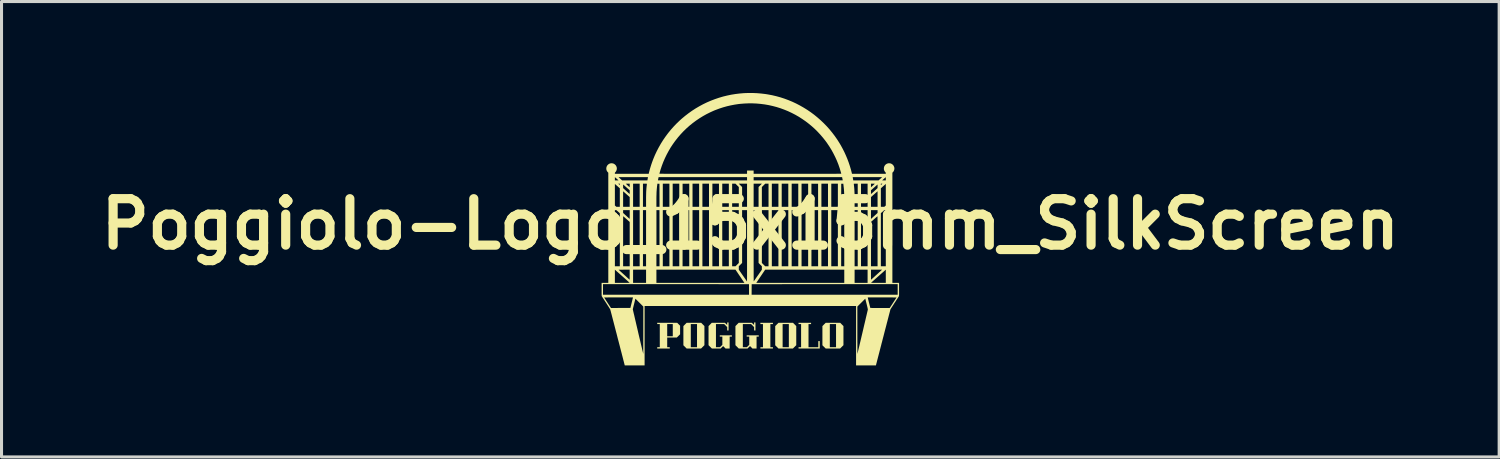
<source format=kicad_pcb>
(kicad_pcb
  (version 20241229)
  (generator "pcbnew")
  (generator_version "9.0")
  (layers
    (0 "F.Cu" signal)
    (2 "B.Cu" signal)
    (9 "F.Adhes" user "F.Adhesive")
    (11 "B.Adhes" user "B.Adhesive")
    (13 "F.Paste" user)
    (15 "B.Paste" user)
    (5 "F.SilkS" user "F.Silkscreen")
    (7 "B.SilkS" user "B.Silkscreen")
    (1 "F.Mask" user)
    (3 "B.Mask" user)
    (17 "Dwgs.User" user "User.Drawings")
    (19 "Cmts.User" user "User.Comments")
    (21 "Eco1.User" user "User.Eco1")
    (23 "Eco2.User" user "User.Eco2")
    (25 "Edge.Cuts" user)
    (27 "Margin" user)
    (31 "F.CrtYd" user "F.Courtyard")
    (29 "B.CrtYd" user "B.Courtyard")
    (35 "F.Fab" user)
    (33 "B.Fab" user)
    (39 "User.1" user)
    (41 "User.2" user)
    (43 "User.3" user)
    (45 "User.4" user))
  (footprint "Poggiolo-Logo_15x15mm_SilkScreen"
    (layer "F.Cu")
    (at 21.561 4.301)
    (property "Reference" "Poggiolo-Logo_15x15mm_SilkScreen" (at 0 0 0) (layer "F.SilkS") (effects (font (size 1.524 1.524) (thickness 0.3))))
    (attr board_only exclude_from_pos_files exclude_from_bom)
    (fp_poly (pts (xy 0.741 3.279) (xy 0.657 3.279) (xy 0.657 4.038) (xy 0.741 4.038) (xy 0.741 4.08) (xy 0.33 4.08) (xy 0.33 4.038) (xy 0.414 4.038) (xy 0.414 3.279) (xy 0.33 3.279) (xy 0.33 3.237) (xy 0.741 3.237)) (stroke (width 0) (type solid)) (fill yes) (layer "F.SilkS"))
    (fp_poly (pts (xy 1.992 3.279) (xy 1.908 3.279) (xy 1.908 4.038) (xy 2.229 4.038) (xy 2.229 3.837) (xy 2.277 3.837) (xy 2.277 4.08) (xy 1.581 4.08) (xy 1.581 4.038) (xy 1.665 4.038) (xy 1.665 3.279) (xy 1.581 3.279) (xy 1.581 3.237) (xy 1.992 3.237)) (stroke (width 0) (type solid)) (fill yes) (layer "F.SilkS"))
    (fp_poly (pts (xy -1.559 3.291) (xy -1.506 3.344) (xy -1.506 3.971) (xy -1.561 4.026) (xy -1.616 4.08) (xy -2.09 4.08) (xy -2.132 4.038) (xy -1.953 4.038) (xy -1.749 4.038) (xy -1.749 3.279) (xy -1.953 3.279) (xy -1.953 4.038) (xy -2.132 4.038) (xy -2.143 4.027) (xy -2.196 3.974) (xy -2.196 3.344) (xy -2.143 3.291) (xy -2.09 3.237) (xy -1.613 3.237)) (stroke (width 0) (type solid)) (fill yes) (layer "F.SilkS"))
    (fp_poly (pts (xy 1.453 3.291) (xy 1.506 3.344) (xy 1.506 3.971) (xy 1.451 4.026) (xy 1.397 4.08) (xy 0.923 4.08) (xy 0.881 4.038) (xy 1.059 4.038) (xy 1.263 4.038) (xy 1.263 3.279) (xy 1.059 3.279) (xy 1.059 4.038) (xy 0.881 4.038) (xy 0.869 4.027) (xy 0.816 3.974) (xy 0.816 3.344) (xy 0.869 3.291) (xy 0.923 3.237) (xy 1.4 3.237)) (stroke (width 0) (type solid)) (fill yes) (layer "F.SilkS"))
    (fp_poly (pts (xy 3.001 3.291) (xy 3.054 3.344) (xy 3.054 3.971) (xy 2.999 4.026) (xy 2.945 4.08) (xy 2.471 4.08) (xy 2.429 4.038) (xy 2.607 4.038) (xy 2.811 4.038) (xy 2.811 3.279) (xy 2.607 3.279) (xy 2.607 4.038) (xy 2.429 4.038) (xy 2.417 4.027) (xy 2.364 3.974) (xy 2.364 3.344) (xy 2.417 3.291) (xy 2.471 3.237) (xy 2.948 3.237)) (stroke (width 0) (type solid)) (fill yes) (layer "F.SilkS"))
    (fp_poly (pts (xy -2.351 3.285) (xy -2.304 3.332) (xy -2.304 3.614) (xy -2.357 3.667) (xy -2.411 3.72) (xy -2.727 3.72) (xy -2.727 4.038) (xy -2.643 4.038) (xy -2.643 4.08) (xy -3.054 4.08) (xy -3.054 4.038) (xy -2.97 4.038) (xy -2.97 3.678) (xy -2.727 3.678) (xy -2.544 3.678) (xy -2.544 3.279) (xy -2.727 3.279) (xy -2.727 3.678) (xy -2.97 3.678) (xy -2.97 3.279) (xy -3.054 3.279) (xy -3.054 3.237) (xy -2.399 3.237)) (stroke (width 0) (type solid)) (fill yes) (layer "F.SilkS"))
    (fp_poly (pts (xy -0.714 3.489) (xy -0.759 3.489) (xy -0.759 3.377) (xy -0.857 3.279) (xy -1.128 3.279) (xy -1.128 4.038) (xy -0.997 4.038) (xy -0.958 3.999) (xy -0.918 3.959) (xy -0.918 3.69) (xy -1.002 3.69) (xy -1.002 3.648) (xy -0.606 3.648) (xy -0.606 3.69) (xy -0.678 3.69) (xy -0.678 4.08) (xy -0.814 4.08) (xy -0.851 4.041) (xy -0.863 4.029) (xy -0.874 4.018) (xy -0.883 4.009) (xy -0.889 4.004) (xy -0.892 4.002) (xy -0.895 4.004) (xy -0.902 4.01) (xy -0.911 4.019) (xy -0.923 4.029) (xy -0.935 4.041) (xy -0.973 4.08) (xy -1.262 4.08) (xy -1.316 4.026) (xy -1.371 3.971) (xy -1.371 3.344) (xy -1.318 3.291) (xy -1.265 3.237) (xy -0.832 3.237) (xy -0.798 3.272) (xy -0.786 3.283) (xy -0.776 3.293) (xy -0.768 3.301) (xy -0.763 3.305) (xy -0.761 3.306) (xy -0.761 3.303) (xy -0.76 3.296) (xy -0.759 3.284) (xy -0.759 3.27) (xy -0.759 3.266) (xy -0.759 3.225) (xy -0.714 3.225)) (stroke (width 0) (type solid)) (fill yes) (layer "F.SilkS"))
    (fp_poly (pts (xy 0.168 3.489) (xy 0.123 3.489) (xy 0.123 3.377) (xy 0.025 3.279) (xy -0.246 3.279) (xy -0.246 4.038) (xy -0.115 4.038) (xy -0.076 3.999) (xy -0.036 3.959) (xy -0.036 3.69) (xy -0.12 3.69) (xy -0.12 3.648) (xy 0.276 3.648) (xy 0.276 3.69) (xy 0.204 3.69) (xy 0.204 4.08) (xy 0.068 4.08) (xy 0.031 4.041) (xy 0.019 4.029) (xy 0.008 4.018) (xy -0.001 4.009) (xy -0.007 4.004) (xy -0.01 4.002) (xy -0.013 4.004) (xy -0.02 4.01) (xy -0.029 4.019) (xy -0.04 4.029) (xy -0.053 4.041) (xy -0.091 4.08) (xy -0.38 4.08) (xy -0.434 4.026) (xy -0.489 3.971) (xy -0.489 3.344) (xy -0.436 3.291) (xy -0.383 3.237) (xy 0.05 3.237) (xy 0.084 3.272) (xy 0.096 3.283) (xy 0.106 3.293) (xy 0.114 3.301) (xy 0.119 3.305) (xy 0.121 3.306) (xy 0.122 3.303) (xy 0.122 3.296) (xy 0.123 3.284) (xy 0.123 3.27) (xy 0.123 3.266) (xy 0.123 3.225) (xy 0.168 3.225)) (stroke (width 0) (type solid)) (fill yes) (layer "F.SilkS"))
    (fp_poly (pts (xy 0.073 -4.301) (xy 0.215 -4.295) (xy 0.357 -4.283) (xy 0.499 -4.266) (xy 0.574 -4.254) (xy 0.713 -4.228) (xy 0.849 -4.196) (xy 0.984 -4.159) (xy 1.117 -4.116) (xy 1.248 -4.067) (xy 1.377 -4.014) (xy 1.503 -3.955) (xy 1.626 -3.891) (xy 1.747 -3.822) (xy 1.865 -3.749) (xy 1.98 -3.671) (xy 2.092 -3.588) (xy 2.2 -3.5) (xy 2.305 -3.408) (xy 2.406 -3.312) (xy 2.504 -3.212) (xy 2.597 -3.108) (xy 2.686 -2.999) (xy 2.771 -2.887) (xy 2.852 -2.771) (xy 2.927 -2.652) (xy 2.968 -2.583) (xy 3.026 -2.477) (xy 3.082 -2.367) (xy 3.133 -2.255) (xy 3.181 -2.141) (xy 3.224 -2.026) (xy 3.263 -1.91) (xy 3.297 -1.796) (xy 3.326 -1.684) (xy 3.334 -1.65) (xy 4.443 -1.65) (xy 4.443 -1.668) (xy 4.443 -1.677) (xy 4.442 -1.684) (xy 4.44 -1.69) (xy 4.435 -1.696) (xy 4.426 -1.705) (xy 4.425 -1.706) (xy 4.41 -1.726) (xy 4.397 -1.748) (xy 4.387 -1.771) (xy 4.383 -1.784) (xy 4.382 -1.794) (xy 4.38 -1.807) (xy 4.38 -1.822) (xy 4.38 -1.826) (xy 4.383 -1.857) (xy 4.391 -1.886) (xy 4.404 -1.913) (xy 4.422 -1.938) (xy 4.444 -1.959) (xy 4.47 -1.976) (xy 4.498 -1.988) (xy 4.512 -1.992) (xy 4.533 -1.996) (xy 4.557 -1.996) (xy 4.58 -1.994) (xy 4.601 -1.99) (xy 4.601 -1.99) (xy 4.63 -1.978) (xy 4.656 -1.961) (xy 4.679 -1.941) (xy 4.697 -1.917) (xy 4.711 -1.89) (xy 4.721 -1.861) (xy 4.725 -1.831) (xy 4.724 -1.811) (xy 4.719 -1.779) (xy 4.708 -1.75) (xy 4.693 -1.723) (xy 4.673 -1.7) (xy 4.659 -1.687) (xy 4.659 1.926) (xy 4.878 1.926) (xy 4.878 2.141) (xy 4.878 2.183) (xy 4.878 2.218) (xy 4.878 2.249) (xy 4.878 2.275) (xy 4.878 2.296) (xy 4.878 2.314) (xy 4.878 2.328) (xy 4.877 2.339) (xy 4.877 2.347) (xy 4.876 2.354) (xy 4.875 2.358) (xy 4.875 2.362) (xy 4.874 2.364) (xy 4.873 2.366) (xy 4.87 2.37) (xy 4.865 2.378) (xy 4.857 2.391) (xy 4.846 2.407) (xy 4.833 2.427) (xy 4.818 2.451) (xy 4.801 2.476) (xy 4.783 2.504) (xy 4.764 2.534) (xy 4.743 2.566) (xy 4.733 2.581) (xy 4.712 2.613) (xy 4.693 2.644) (xy 4.674 2.673) (xy 4.657 2.7) (xy 4.641 2.724) (xy 4.627 2.745) (xy 4.616 2.763) (xy 4.607 2.777) (xy 4.6 2.788) (xy 4.597 2.793) (xy 4.596 2.794) (xy 4.595 2.798) (xy 4.593 2.806) (xy 4.589 2.82) (xy 4.584 2.839) (xy 4.578 2.863) (xy 4.571 2.891) (xy 4.562 2.924) (xy 4.553 2.96) (xy 4.542 3) (xy 4.531 3.043) (xy 4.519 3.09) (xy 4.506 3.139) (xy 4.493 3.191) (xy 4.478 3.246) (xy 4.464 3.302) (xy 4.449 3.36) (xy 4.433 3.42) (xy 4.417 3.481) (xy 4.401 3.543) (xy 4.385 3.606) (xy 4.369 3.669) (xy 4.352 3.732) (xy 4.336 3.795) (xy 4.32 3.858) (xy 4.303 3.92) (xy 4.288 3.982) (xy 4.272 4.042) (xy 4.257 4.101) (xy 4.242 4.158) (xy 4.228 4.213) (xy 4.214 4.266) (xy 4.201 4.317) (xy 4.188 4.365) (xy 4.177 4.409) (xy 4.166 4.451) (xy 4.156 4.489) (xy 4.148 4.523) (xy 4.14 4.553) (xy 4.133 4.578) (xy 4.128 4.599) (xy 4.124 4.615) (xy 4.121 4.626) (xy 4.121 4.628) (xy 4.119 4.635) (xy 3.468 4.635) (xy 3.468 3.482) (xy 3.51 3.482) (xy 3.51 3.549) (xy 3.51 3.616) (xy 3.51 3.68) (xy 3.51 3.742) (xy 3.51 3.802) (xy 3.51 3.86) (xy 3.511 3.914) (xy 3.511 3.966) (xy 3.511 4.014) (xy 3.511 4.058) (xy 3.511 4.099) (xy 3.511 4.136) (xy 3.511 4.168) (xy 3.511 4.196) (xy 3.511 4.218) (xy 3.511 4.236) (xy 3.511 4.249) (xy 3.512 4.256) (xy 3.512 4.257) (xy 3.512 4.254) (xy 3.515 4.245) (xy 3.518 4.231) (xy 3.523 4.212) (xy 3.528 4.189) (xy 3.535 4.16) (xy 3.543 4.127) (xy 3.552 4.09) (xy 3.561 4.05) (xy 3.572 4.005) (xy 3.583 3.958) (xy 3.595 3.907) (xy 3.608 3.853) (xy 3.621 3.797) (xy 3.635 3.738) (xy 3.649 3.678) (xy 3.664 3.615) (xy 3.679 3.551) (xy 3.683 3.534) (xy 3.698 3.47) (xy 3.713 3.406) (xy 3.727 3.345) (xy 3.741 3.285) (xy 3.755 3.228) (xy 3.768 3.173) (xy 3.78 3.121) (xy 3.791 3.072) (xy 3.802 3.026) (xy 3.812 2.984) (xy 3.821 2.946) (xy 3.829 2.911) (xy 3.836 2.881) (xy 3.842 2.855) (xy 3.847 2.834) (xy 3.851 2.818) (xy 3.853 2.807) (xy 3.854 2.802) (xy 3.854 2.802) (xy 3.854 2.797) (xy 3.853 2.79) (xy 3.851 2.779) (xy 3.848 2.765) (xy 3.844 2.746) (xy 3.839 2.723) (xy 3.832 2.695) (xy 3.824 2.662) (xy 3.815 2.624) (xy 3.813 2.618) (xy 3.77 2.445) (xy 3.51 2.705) (xy 3.51 3.482) (xy 3.468 3.482) (xy 3.468 2.685) (xy -3.468 2.685) (xy -3.468 4.635) (xy -3.794 4.635) (xy -3.837 4.635) (xy -3.879 4.635) (xy -3.919 4.635) (xy -3.957 4.635) (xy -3.991 4.635) (xy -4.022 4.635) (xy -4.05 4.635) (xy -4.073 4.635) (xy -4.092 4.634) (xy -4.107 4.634) (xy -4.116 4.634) (xy -4.119 4.634) (xy -4.119 4.634) (xy -4.12 4.631) (xy -4.122 4.622) (xy -4.126 4.608) (xy -4.131 4.589) (xy -4.137 4.566) (xy -4.144 4.538) (xy -4.152 4.505) (xy -4.162 4.469) (xy -4.172 4.429) (xy -4.183 4.386) (xy -4.195 4.339) (xy -4.208 4.29) (xy -4.221 4.238) (xy -4.235 4.184) (xy -4.25 4.128) (xy -4.265 4.07) (xy -4.28 4.01) (xy -4.296 3.949) (xy -4.312 3.887) (xy -4.328 3.825) (xy -4.345 3.762) (xy -4.361 3.699) (xy -4.377 3.636) (xy -4.393 3.573) (xy -4.41 3.511) (xy -4.425 3.45) (xy -4.441 3.39) (xy -4.456 3.331) (xy -4.471 3.274) (xy -4.485 3.219) (xy -4.499 3.166) (xy -4.512 3.116) (xy -4.524 3.069) (xy -4.536 3.024) (xy -4.546 2.983) (xy -4.556 2.946) (xy -4.565 2.912) (xy -4.573 2.882) (xy -4.579 2.857) (xy -4.585 2.837) (xy -4.589 2.821) (xy -4.591 2.811) (xy -4.593 2.806) (xy -4.593 2.805) (xy -4.595 2.8) (xy -4.599 2.793) (xy -3.855 2.793) (xy -3.855 2.797) (xy -3.853 2.806) (xy -3.849 2.82) (xy -3.845 2.839) (xy -3.84 2.863) (xy -3.833 2.891) (xy -3.826 2.923) (xy -3.817 2.958) (xy -3.808 2.997) (xy -3.798 3.04) (xy -3.788 3.085) (xy -3.777 3.132) (xy -3.765 3.182) (xy -3.753 3.233) (xy -3.741 3.286) (xy -3.728 3.341) (xy -3.715 3.396) (xy -3.702 3.452) (xy -3.689 3.508) (xy -3.676 3.565) (xy -3.663 3.621) (xy -3.65 3.676) (xy -3.637 3.731) (xy -3.624 3.784) (xy -3.612 3.836) (xy -3.6 3.887) (xy -3.589 3.935) (xy -3.578 3.98) (xy -3.568 4.023) (xy -3.558 4.063) (xy -3.55 4.1) (xy -3.542 4.133) (xy -3.535 4.162) (xy -3.529 4.187) (xy -3.524 4.207) (xy -3.523 4.212) (xy -3.512 4.259) (xy -3.511 3.482) (xy -3.51 2.705) (xy -3.64 2.575) (xy -3.77 2.445) (xy -3.812 2.615) (xy -3.82 2.647) (xy -3.828 2.676) (xy -3.834 2.704) (xy -3.84 2.728) (xy -3.845 2.75) (xy -3.85 2.768) (xy -3.853 2.781) (xy -3.855 2.79) (xy -3.855 2.793) (xy -4.599 2.793) (xy -4.601 2.79) (xy -4.609 2.776) (xy -4.62 2.758) (xy -4.634 2.736) (xy -4.651 2.709) (xy -4.671 2.678) (xy -4.694 2.642) (xy -4.72 2.601) (xy -4.735 2.578) (xy -4.756 2.546) (xy -4.776 2.515) (xy -4.795 2.486) (xy -4.812 2.459) (xy -4.828 2.435) (xy -4.842 2.413) (xy -4.848 2.405) (xy -4.796 2.405) (xy -4.684 2.578) (xy -4.571 2.751) (xy -4.253 2.75) (xy -3.935 2.75) (xy -3.892 2.578) (xy -3.884 2.546) (xy -3.877 2.517) (xy -3.87 2.49) (xy -3.865 2.466) (xy -3.859 2.445) (xy -3.855 2.428) (xy -3.852 2.415) (xy -3.851 2.407) (xy -3.85 2.404) (xy 3.85 2.404) (xy 3.851 2.407) (xy 3.853 2.415) (xy 3.856 2.428) (xy 3.86 2.445) (xy 3.864 2.465) (xy 3.87 2.488) (xy 3.876 2.512) (xy 3.882 2.539) (xy 3.889 2.566) (xy 3.896 2.593) (xy 3.903 2.62) (xy 3.909 2.646) (xy 3.915 2.671) (xy 3.921 2.693) (xy 3.926 2.712) (xy 3.93 2.728) (xy 3.933 2.739) (xy 3.934 2.746) (xy 3.935 2.747) (xy 3.936 2.748) (xy 3.94 2.749) (xy 3.946 2.749) (xy 3.956 2.75) (xy 3.968 2.75) (xy 3.985 2.75) (xy 4.005 2.751) (xy 4.029 2.751) (xy 4.058 2.751) (xy 4.091 2.751) (xy 4.129 2.751) (xy 4.173 2.751) (xy 4.222 2.751) (xy 4.254 2.751) (xy 4.571 2.751) (xy 4.796 2.405) (xy 4.324 2.404) (xy 4.271 2.404) (xy 4.22 2.404) (xy 4.171 2.404) (xy 4.124 2.404) (xy 4.08 2.404) (xy 4.038 2.404) (xy 4 2.404) (xy 3.966 2.404) (xy 3.935 2.404) (xy 3.908 2.404) (xy 3.887 2.404) (xy 3.87 2.404) (xy 3.858 2.404) (xy 3.851 2.404) (xy 3.85 2.404) (xy -3.85 2.404) (xy -3.85 2.404) (xy -3.853 2.404) (xy -3.862 2.404) (xy -3.876 2.404) (xy -3.895 2.404) (xy -3.919 2.404) (xy -3.947 2.404) (xy -3.98 2.404) (xy -4.016 2.404) (xy -4.055 2.404) (xy -4.098 2.404) (xy -4.143 2.404) (xy -4.191 2.404) (xy -4.241 2.404) (xy -4.293 2.404) (xy -4.324 2.404) (xy -4.796 2.405) (xy -4.848 2.405) (xy -4.854 2.395) (xy -4.863 2.38) (xy -4.87 2.369) (xy -4.874 2.363) (xy -4.875 2.362) (xy -4.876 2.358) (xy -4.876 2.349) (xy -4.877 2.336) (xy -4.877 2.317) (xy -4.878 2.293) (xy -4.878 2.263) (xy -4.878 2.228) (xy -4.878 2.188) (xy -4.878 2.141) (xy -4.878 1.968) (xy -4.833 1.968) (xy -4.833 2.316) (xy -0.042 2.316) (xy 0.042 2.316) (xy 4.833 2.316) (xy 4.833 1.968) (xy 2.438 1.969) (xy 0.044 1.97) (xy 0.043 2.143) (xy 0.042 2.316) (xy -0.042 2.316) (xy -0.043 2.143) (xy -0.044 1.97) (xy -2.438 1.969) (xy -4.833 1.968) (xy -4.878 1.968) (xy -4.878 1.926) (xy -4.659 1.926) (xy -4.659 1.493) (xy -4.443 1.493) (xy -4.443 1.926) (xy -4.2 1.926) (xy -3.846 1.926) (xy -3.42 1.926) (xy -3.081 1.926) (xy -0.195 1.926) (xy 0.195 1.926) (xy 3.081 1.926) (xy 3.42 1.926) (xy 3.846 1.926) (xy 3.846 1.923) (xy 3.96 1.923) (xy 3.962 1.923) (xy 3.966 1.924) (xy 3.972 1.925) (xy 3.982 1.925) (xy 3.994 1.925) (xy 4.01 1.926) (xy 4.03 1.926) (xy 4.055 1.926) (xy 4.084 1.926) (xy 4.118 1.926) (xy 4.157 1.926) (xy 4.2 1.926) (xy 4.443 1.926) (xy 4.443 1.493) (xy 4.435 1.501) (xy 4.432 1.504) (xy 4.424 1.51) (xy 4.413 1.52) (xy 4.398 1.534) (xy 4.38 1.55) (xy 4.359 1.569) (xy 4.335 1.59) (xy 4.309 1.613) (xy 4.281 1.638) (xy 4.251 1.664) (xy 4.22 1.692) (xy 4.196 1.713) (xy 4.164 1.741) (xy 4.133 1.769) (xy 4.104 1.794) (xy 4.077 1.819) (xy 4.052 1.841) (xy 4.029 1.861) (xy 4.009 1.879) (xy 3.992 1.894) (xy 3.978 1.906) (xy 3.968 1.915) (xy 3.962 1.921) (xy 3.96 1.922) (xy 3.96 1.923) (xy 3.846 1.923) (xy 3.846 1.659) (xy 3.957 1.659) (xy 3.957 1.696) (xy 3.957 1.727) (xy 3.958 1.752) (xy 3.958 1.773) (xy 3.958 1.79) (xy 3.958 1.802) (xy 3.959 1.811) (xy 3.959 1.818) (xy 3.96 1.821) (xy 3.961 1.822) (xy 3.961 1.822) (xy 3.964 1.82) (xy 3.971 1.814) (xy 3.982 1.804) (xy 3.996 1.791) (xy 4.013 1.776) (xy 4.033 1.758) (xy 4.055 1.738) (xy 4.079 1.716) (xy 4.105 1.692) (xy 4.132 1.668) (xy 4.143 1.658) (xy 4.17 1.633) (xy 4.197 1.609) (xy 4.221 1.586) (xy 4.244 1.566) (xy 4.265 1.547) (xy 4.282 1.531) (xy 4.297 1.517) (xy 4.308 1.507) (xy 4.316 1.499) (xy 4.32 1.496) (xy 4.32 1.495) (xy 4.317 1.495) (xy 4.309 1.495) (xy 4.296 1.495) (xy 4.278 1.495) (xy 4.256 1.494) (xy 4.231 1.494) (xy 4.203 1.494) (xy 4.172 1.494) (xy 4.14 1.494) (xy 3.957 1.494) (xy 3.957 1.659) (xy 3.846 1.659) (xy 3.846 1.494) (xy 3.42 1.494) (xy 3.42 1.926) (xy 3.081 1.926) (xy 3.081 1.494) (xy 0.487 1.494) (xy 0.363 1.678) (xy 0.342 1.709) (xy 0.322 1.739) (xy 0.302 1.768) (xy 0.284 1.795) (xy 0.267 1.82) (xy 0.252 1.842) (xy 0.239 1.861) (xy 0.228 1.877) (xy 0.221 1.888) (xy 0.217 1.894) (xy 0.195 1.926) (xy -0.195 1.926) (xy -0.217 1.894) (xy -0.222 1.886) (xy -0.231 1.874) (xy -0.242 1.857) (xy -0.255 1.837) (xy -0.271 1.815) (xy -0.288 1.789) (xy -0.306 1.762) (xy -0.326 1.732) (xy -0.346 1.702) (xy -0.363 1.678) (xy -0.486 1.495) (xy -0.378 1.495) (xy -0.244 1.688) (xy -0.223 1.718) (xy -0.203 1.747) (xy -0.184 1.774) (xy -0.166 1.799) (xy -0.151 1.821) (xy -0.137 1.841) (xy -0.126 1.857) (xy -0.118 1.869) (xy -0.112 1.877) (xy -0.109 1.881) (xy -0.109 1.881) (xy -0.109 1.878) (xy -0.109 1.869) (xy -0.109 1.855) (xy -0.109 1.835) (xy -0.109 1.81) (xy -0.108 1.78) (xy -0.108 1.746) (xy -0.108 1.706) (xy -0.108 1.663) (xy -0.108 1.615) (xy -0.108 1.563) (xy -0.108 1.508) (xy -0.108 1.449) (xy -0.108 1.386) (xy -0.108 1.321) (xy -0.108 1.252) (xy -0.108 1.181) (xy -0.108 1.107) (xy -0.108 1.031) (xy -0.108 0.952) (xy -0.108 0.872) (xy -0.108 0.79) (xy -0.108 0.712) (xy 0.108 0.712) (xy 0.108 0.796) (xy 0.108 0.878) (xy 0.108 0.959) (xy 0.108 1.038) (xy 0.108 1.114) (xy 0.108 1.188) (xy 0.108 1.26) (xy 0.108 1.328) (xy 0.108 1.393) (xy 0.109 1.456) (xy 0.109 1.514) (xy 0.109 1.57) (xy 0.109 1.621) (xy 0.109 1.668) (xy 0.109 1.711) (xy 0.109 1.75) (xy 0.11 1.784) (xy 0.11 1.813) (xy 0.11 1.837) (xy 0.11 1.856) (xy 0.11 1.87) (xy 0.11 1.877) (xy 0.111 1.879) (xy 0.113 1.877) (xy 0.118 1.869) (xy 0.126 1.858) (xy 0.137 1.842) (xy 0.15 1.824) (xy 0.165 1.802) (xy 0.182 1.777) (xy 0.2 1.751) (xy 0.22 1.722) (xy 0.241 1.692) (xy 0.246 1.686) (xy 0.378 1.495) (xy 0.378 1.382) (xy 0.324 1.328) (xy 0.27 1.274) (xy 0.27 1.274) (xy 0.378 1.274) (xy 0.487 1.383) (xy 0.597 1.383) (xy 0.705 1.383) (xy 0.921 1.383) (xy 1.029 1.383) (xy 1.245 1.383) (xy 1.356 1.383) (xy 1.572 1.383) (xy 1.68 1.383) (xy 1.896 1.383) (xy 2.004 1.383) (xy 2.223 1.383) (xy 2.331 1.383) (xy 2.547 1.383) (xy 2.655 1.383) (xy 2.871 1.383) (xy 2.979 1.383) (xy 3.081 1.383) (xy 3.42 1.383) (xy 3.522 1.383) (xy 3.63 1.383) (xy 3.846 1.383) (xy 3.957 1.383) (xy 4.173 1.383) (xy 4.281 1.383) (xy 4.443 1.383) (xy 4.443 -0.459) (xy 4.394 -0.459) (xy 4.281 -0.359) (xy 4.281 1.383) (xy 4.173 1.383) (xy 4.173 0.561) (xy 4.173 0.476) (xy 4.173 0.397) (xy 4.173 0.324) (xy 4.173 0.256) (xy 4.173 0.193) (xy 4.173 0.135) (xy 4.173 0.083) (xy 4.173 0.034) (xy 4.173 -0.009) (xy 4.173 -0.049) (xy 4.173 -0.084) (xy 4.173 -0.115) (xy 4.172 -0.143) (xy 4.172 -0.167) (xy 4.172 -0.188) (xy 4.172 -0.206) (xy 4.172 -0.221) (xy 4.171 -0.233) (xy 4.171 -0.242) (xy 4.171 -0.25) (xy 4.17 -0.255) (xy 4.17 -0.258) (xy 4.17 -0.259) (xy 4.169 -0.259) (xy 4.166 -0.256) (xy 4.159 -0.25) (xy 4.149 -0.241) (xy 4.135 -0.229) (xy 4.119 -0.215) (xy 4.1 -0.199) (xy 4.08 -0.181) (xy 4.061 -0.164) (xy 3.957 -0.071) (xy 3.957 1.383) (xy 3.846 1.383) (xy 3.846 -0.17) (xy 3.957 -0.17) (xy 3.967 -0.179) (xy 3.971 -0.183) (xy 3.979 -0.19) (xy 3.991 -0.201) (xy 4.006 -0.214) (xy 4.023 -0.23) (xy 4.041 -0.247) (xy 4.062 -0.265) (xy 4.075 -0.277) (xy 4.173 -0.366) (xy 4.173 -0.459) (xy 3.957 -0.459) (xy 3.957 -0.17) (xy 3.846 -0.17) (xy 3.846 -0.459) (xy 3.63 -0.459) (xy 3.63 1.383) (xy 3.522 1.383) (xy 3.522 -0.459) (xy 3.42 -0.459) (xy 3.42 1.383) (xy 3.081 1.383) (xy 3.08 0.463) (xy 3.08 -0.458) (xy 2.981 -0.458) (xy 2.98 0.463) (xy 2.979 1.383) (xy 2.871 1.383) (xy 2.871 -0.459) (xy 2.655 -0.459) (xy 2.655 1.383) (xy 2.547 1.383) (xy 2.547 -0.459) (xy 2.331 -0.459) (xy 2.331 1.383) (xy 2.223 1.383) (xy 2.222 0.463) (xy 2.222 -0.458) (xy 2.006 -0.458) (xy 2.005 0.463) (xy 2.004 1.383) (xy 1.896 1.383) (xy 1.896 -0.459) (xy 1.68 -0.459) (xy 1.68 1.383) (xy 1.572 1.383) (xy 1.572 -0.459) (xy 1.356 -0.459) (xy 1.356 1.383) (xy 1.245 1.383) (xy 1.245 -0.459) (xy 1.029 -0.459) (xy 1.029 1.383) (xy 0.921 1.383) (xy 0.921 -0.459) (xy 0.705 -0.459) (xy 0.705 1.383) (xy 0.597 1.383) (xy 0.596 0.463) (xy 0.596 -0.458) (xy 0.38 -0.458) (xy 0.379 0.408) (xy 0.378 1.274) (xy 0.27 1.274) (xy 0.27 -0.459) (xy 0.108 -0.459) (xy 0.108 0.712) (xy -0.108 0.712) (xy -0.108 0.711) (xy -0.108 -0.459) (xy -0.27 -0.459) (xy -0.27 1.274) (xy -0.324 1.328) (xy -0.378 1.382) (xy -0.378 1.495) (xy -0.486 1.495) (xy -0.487 1.494) (xy -3.081 1.494) (xy -3.081 1.926) (xy -3.42 1.926) (xy -3.42 1.494) (xy -3.846 1.494) (xy -3.846 1.926) (xy -4.2 1.926) (xy -4.155 1.926) (xy -4.116 1.926) (xy -4.082 1.926) (xy -4.054 1.926) (xy -4.03 1.926) (xy -4.01 1.926) (xy -3.994 1.925) (xy -3.981 1.925) (xy -3.972 1.925) (xy -3.966 1.924) (xy -3.962 1.923) (xy -3.96 1.923) (xy -3.96 1.922) (xy -3.963 1.92) (xy -3.97 1.913) (xy -3.981 1.904) (xy -3.996 1.891) (xy -4.013 1.875) (xy -4.034 1.857) (xy -4.057 1.836) (xy -4.083 1.813) (xy -4.111 1.788) (xy -4.14 1.762) (xy -4.171 1.735) (xy -4.196 1.713) (xy -4.228 1.685) (xy -4.259 1.657) (xy -4.288 1.631) (xy -4.316 1.607) (xy -4.341 1.584) (xy -4.364 1.564) (xy -4.385 1.546) (xy -4.402 1.53) (xy -4.416 1.518) (xy -4.427 1.508) (xy -4.433 1.502) (xy -4.435 1.501) (xy -4.441 1.496) (xy -4.321 1.496) (xy -3.959 1.825) (xy -3.958 1.661) (xy -3.958 1.63) (xy -3.958 1.601) (xy -3.958 1.574) (xy -3.958 1.551) (xy -3.958 1.53) (xy -3.958 1.514) (xy -3.958 1.503) (xy -3.958 1.496) (xy -3.958 1.495) (xy -3.961 1.495) (xy -3.97 1.495) (xy -3.984 1.495) (xy -4.002 1.495) (xy -4.023 1.495) (xy -4.049 1.495) (xy -4.077 1.495) (xy -4.107 1.495) (xy -4.14 1.495) (xy -4.14 1.495) (xy -4.321 1.496) (xy -4.441 1.496) (xy -4.443 1.493) (xy -4.659 1.493) (xy -4.659 1.383) (xy -4.443 1.383) (xy -4.281 1.383) (xy -4.173 1.383) (xy -3.957 1.383) (xy -3.846 1.383) (xy -3.63 1.383) (xy -3.522 1.383) (xy -3.42 1.383) (xy -3.081 1.383) (xy -2.979 1.383) (xy -2.871 1.383) (xy -2.655 1.383) (xy -2.547 1.383) (xy -2.331 1.383) (xy -2.223 1.383) (xy -2.004 1.383) (xy -1.896 1.383) (xy -1.68 1.383) (xy -1.572 1.383) (xy -1.356 1.383) (xy -1.245 1.383) (xy -1.029 1.383) (xy -0.921 1.383) (xy -0.705 1.383) (xy -0.597 1.383) (xy -0.487 1.383) (xy -0.378 1.274) (xy -0.379 0.408) (xy -0.38 -0.458) (xy -0.596 -0.458) (xy -0.596 0.463) (xy -0.597 1.383) (xy -0.705 1.383) (xy -0.705 -0.459) (xy -0.921 -0.459) (xy -0.921 1.383) (xy -1.029 1.383) (xy -1.029 -0.459) (xy -1.245 -0.459) (xy -1.245 1.383) (xy -1.356 1.383) (xy -1.356 -0.459) (xy -1.572 -0.459) (xy -1.572 1.383) (xy -1.68 1.383) (xy -1.68 -0.459) (xy -1.896 -0.459) (xy -1.896 1.383) (xy -2.004 1.383) (xy -2.005 0.463) (xy -2.006 -0.458) (xy -2.222 -0.458) (xy -2.222 0.463) (xy -2.223 1.383) (xy -2.331 1.383) (xy -2.331 -0.459) (xy -2.547 -0.459) (xy -2.547 1.383) (xy -2.655 1.383) (xy -2.655 -0.459) (xy -2.871 -0.459) (xy -2.871 1.383) (xy -2.979 1.383) (xy -2.98 0.463) (xy -2.981 -0.458) (xy -3.08 -0.458) (xy -3.08 0.463) (xy -3.081 1.383) (xy -3.42 1.383) (xy -3.42 -0.459) (xy -3.522 -0.459) (xy -3.522 1.383) (xy -3.63 1.383) (xy -3.63 -0.459) (xy -3.846 -0.459) (xy -3.846 1.383) (xy -3.957 1.383) (xy -3.957 -0.071) (xy -4.061 -0.164) (xy -4.083 -0.183) (xy -4.103 -0.201) (xy -4.121 -0.217) (xy -4.137 -0.231) (xy -4.15 -0.242) (xy -4.16 -0.251) (xy -4.167 -0.257) (xy -4.169 -0.259) (xy -4.17 -0.258) (xy -4.17 -0.256) (xy -4.17 -0.252) (xy -4.171 -0.246) (xy -4.171 -0.237) (xy -4.171 -0.226) (xy -4.172 -0.213) (xy -4.172 -0.196) (xy -4.172 -0.177) (xy -4.172 -0.154) (xy -4.172 -0.128) (xy -4.173 -0.098) (xy -4.173 -0.064) (xy -4.173 -0.027) (xy -4.173 0.015) (xy -4.173 0.061) (xy -4.173 0.112) (xy -4.173 0.168) (xy -4.173 0.228) (xy -4.173 0.294) (xy -4.173 0.365) (xy -4.173 0.441) (xy -4.173 0.523) (xy -4.173 0.561) (xy -4.173 1.383) (xy -4.281 1.383) (xy -4.281 -0.359) (xy -4.289 -0.366) (xy -4.173 -0.366) (xy -4.066 -0.269) (xy -4.045 -0.249) (xy -4.025 -0.231) (xy -4.007 -0.215) (xy -3.991 -0.2) (xy -3.977 -0.188) (xy -3.967 -0.179) (xy -3.961 -0.173) (xy -3.958 -0.171) (xy -3.958 -0.171) (xy -3.958 -0.174) (xy -3.958 -0.182) (xy -3.958 -0.195) (xy -3.958 -0.213) (xy -3.957 -0.234) (xy -3.957 -0.258) (xy -3.957 -0.285) (xy -3.957 -0.314) (xy -3.957 -0.459) (xy -4.173 -0.459) (xy -4.173 -0.366) (xy -4.289 -0.366) (xy -4.394 -0.459) (xy -4.443 -0.459) (xy -4.443 1.383) (xy -4.659 1.383) (xy -4.659 -1.318) (xy -4.443 -1.318) (xy -4.443 -0.611) (xy -4.418 -0.589) (xy -4.394 -0.567) (xy -4.281 -0.567) (xy -4.281 -0.871) (xy -4.281 -1.078) (xy -4.173 -1.078) (xy -4.173 -0.567) (xy -3.957 -0.567) (xy -3.846 -0.567) (xy -3.63 -0.567) (xy -3.522 -0.567) (xy -3.42 -0.567) (xy -3.081 -0.567) (xy -2.979 -0.567) (xy -2.871 -0.567) (xy -2.655 -0.567) (xy -2.547 -0.567) (xy -2.331 -0.567) (xy -2.223 -0.567) (xy -2.004 -0.567) (xy -1.896 -0.567) (xy -1.68 -0.567) (xy -1.572 -0.567) (xy -1.356 -0.567) (xy -1.245 -0.567) (xy -1.029 -0.567) (xy -0.921 -0.567) (xy -0.705 -0.567) (xy -0.597 -0.567) (xy -0.378 -0.567) (xy -0.378 -1.217) (xy -0.433 -1.271) (xy -0.487 -1.326) (xy -0.379 -1.326) (xy -0.27 -1.217) (xy -0.27 -0.567) (xy -0.108 -0.567) (xy 0.108 -0.567) (xy 0.27 -0.567) (xy 0.378 -0.567) (xy 0.597 -0.567) (xy 0.705 -0.567) (xy 0.921 -0.567) (xy 1.029 -0.567) (xy 1.245 -0.567) (xy 1.356 -0.567) (xy 1.572 -0.567) (xy 1.68 -0.567) (xy 1.896 -0.567) (xy 1.896 -1.326) (xy 1.68 -1.326) (xy 1.68 -0.567) (xy 1.572 -0.567) (xy 1.572 -1.326) (xy 1.356 -1.326) (xy 1.356 -0.567) (xy 1.245 -0.567) (xy 1.245 -1.326) (xy 1.029 -1.326) (xy 1.029 -0.567) (xy 0.921 -0.567) (xy 0.921 -1.326) (xy 0.705 -1.326) (xy 0.705 -0.567) (xy 0.597 -0.567) (xy 0.597 -1.326) (xy 0.488 -1.326) (xy 0.433 -1.271) (xy 0.378 -1.217) (xy 0.378 -0.567) (xy 0.27 -0.567) (xy 0.27 -1.217) (xy 0.379 -1.326) (xy 0.108 -1.326) (xy 0.108 -0.567) (xy -0.108 -0.567) (xy -0.108 -1.326) (xy -0.379 -1.326) (xy -0.487 -1.326) (xy -0.597 -1.326) (xy -0.597 -0.567) (xy -0.705 -0.567) (xy -0.705 -1.326) (xy -0.921 -1.326) (xy -0.921 -0.567) (xy -1.029 -0.567) (xy -1.029 -1.326) (xy -1.245 -1.326) (xy -1.245 -0.567) (xy -1.356 -0.567) (xy -1.356 -1.326) (xy -1.572 -1.326) (xy -1.572 -0.567) (xy -1.68 -0.567) (xy -1.68 -1.326) (xy -1.896 -1.326) (xy -1.896 -0.567) (xy -2.004 -0.567) (xy -2.004 -1.326) (xy 2.004 -1.326) (xy 2.004 -0.567) (xy 2.223 -0.567) (xy 2.331 -0.567) (xy 2.547 -0.567) (xy 2.655 -0.567) (xy 2.871 -0.567) (xy 2.979 -0.567) (xy 3.081 -0.567) (xy 3.081 -0.734) (xy 3.081 -0.806) (xy 3.08 -0.871) (xy 3.079 -0.931) (xy 3.078 -0.985) (xy 3.076 -1.034) (xy 3.074 -1.076) (xy 3.072 -1.106) (xy 3.07 -1.136) (xy 3.067 -1.168) (xy 3.064 -1.2) (xy 3.06 -1.231) (xy 3.057 -1.259) (xy 3.054 -1.285) (xy 3.051 -1.306) (xy 3.05 -1.316) (xy 3.049 -1.321) (xy 3.393 -1.321) (xy 3.394 -1.316) (xy 3.395 -1.307) (xy 3.396 -1.294) (xy 3.398 -1.278) (xy 3.399 -1.265) (xy 3.403 -1.228) (xy 3.407 -1.193) (xy 3.41 -1.158) (xy 3.412 -1.122) (xy 3.414 -1.086) (xy 3.416 -1.048) (xy 3.418 -1.007) (xy 3.419 -0.964) (xy 3.419 -0.917) (xy 3.42 -0.866) (xy 3.42 -0.81) (xy 3.42 -0.766) (xy 3.42 -0.567) (xy 3.522 -0.567) (xy 3.63 -0.567) (xy 3.846 -0.567) (xy 3.957 -0.567) (xy 4.173 -0.567) (xy 4.281 -0.567) (xy 4.394 -0.567) (xy 4.418 -0.589) (xy 4.443 -0.611) (xy 4.443 -1.318) (xy 4.433 -1.309) (xy 4.428 -1.305) (xy 4.42 -1.297) (xy 4.408 -1.287) (xy 4.394 -1.274) (xy 4.378 -1.26) (xy 4.36 -1.245) (xy 4.352 -1.238) (xy 4.281 -1.175) (xy 4.281 -0.871) (xy 4.281 -0.567) (xy 4.173 -0.567) (xy 4.173 -1.078) (xy 4.163 -1.069) (xy 4.159 -1.065) (xy 4.151 -1.058) (xy 4.139 -1.048) (xy 4.124 -1.035) (xy 4.107 -1.02) (xy 4.088 -1.003) (xy 4.068 -0.985) (xy 4.055 -0.974) (xy 3.957 -0.887) (xy 3.957 -0.727) (xy 3.957 -0.567) (xy 3.846 -0.567) (xy 3.846 -0.986) (xy 3.957 -0.986) (xy 3.966 -0.993) (xy 3.97 -0.997) (xy 3.978 -1.004) (xy 3.99 -1.014) (xy 4.004 -1.027) (xy 4.021 -1.042) (xy 4.04 -1.059) (xy 4.06 -1.077) (xy 4.074 -1.091) (xy 4.173 -1.181) (xy 4.173 -1.24) (xy 4.173 -1.258) (xy 4.173 -1.274) (xy 4.173 -1.281) (xy 4.281 -1.281) (xy 4.296 -1.293) (xy 4.305 -1.301) (xy 4.315 -1.31) (xy 4.32 -1.315) (xy 4.331 -1.326) (xy 4.281 -1.326) (xy 4.281 -1.281) (xy 4.173 -1.281) (xy 4.173 -1.287) (xy 4.172 -1.295) (xy 4.172 -1.299) (xy 4.172 -1.299) (xy 4.169 -1.297) (xy 4.163 -1.292) (xy 4.153 -1.283) (xy 4.139 -1.271) (xy 4.123 -1.257) (xy 4.105 -1.241) (xy 4.085 -1.223) (xy 4.064 -1.204) (xy 3.957 -1.11) (xy 3.957 -0.986) (xy 3.846 -0.986) (xy 3.846 -1.208) (xy 3.957 -1.208) (xy 3.967 -1.217) (xy 3.972 -1.222) (xy 3.981 -1.23) (xy 3.992 -1.24) (xy 4.006 -1.253) (xy 4.021 -1.266) (xy 4.029 -1.274) (xy 4.044 -1.287) (xy 4.057 -1.299) (xy 4.069 -1.31) (xy 4.077 -1.318) (xy 4.082 -1.322) (xy 4.083 -1.324) (xy 4.08 -1.324) (xy 4.073 -1.325) (xy 4.061 -1.326) (xy 4.045 -1.326) (xy 4.027 -1.326) (xy 4.021 -1.326) (xy 3.957 -1.326) (xy 3.957 -1.208) (xy 3.846 -1.208) (xy 3.846 -1.326) (xy 3.63 -1.326) (xy 3.63 -0.567) (xy 3.522 -0.567) (xy 3.522 -1.326) (xy 3.458 -1.326) (xy 3.436 -1.326) (xy 3.42 -1.326) (xy 3.409 -1.326) (xy 3.401 -1.325) (xy 3.396 -1.324) (xy 3.394 -1.323) (xy 3.393 -1.322) (xy 3.393 -1.321) (xy 3.049 -1.321) (xy 3.048 -1.326) (xy 3.014 -1.325) (xy 2.981 -1.325) (xy 2.98 -0.946) (xy 2.979 -0.567) (xy 2.871 -0.567) (xy 2.871 -1.326) (xy 2.655 -1.326) (xy 2.655 -0.567) (xy 2.547 -0.567) (xy 2.547 -1.326) (xy 2.331 -1.326) (xy 2.331 -0.567) (xy 2.223 -0.567) (xy 2.222 -0.946) (xy 2.222 -1.325) (xy 2.113 -1.325) (xy 2.004 -1.326) (xy -2.004 -1.326) (xy -2.113 -1.325) (xy -2.222 -1.325) (xy -2.222 -0.946) (xy -2.223 -0.567) (xy -2.331 -0.567) (xy -2.331 -1.326) (xy -2.547 -1.326) (xy -2.547 -0.567) (xy -2.655 -0.567) (xy -2.655 -1.326) (xy -2.871 -1.326) (xy -2.871 -0.567) (xy -2.979 -0.567) (xy -2.98 -0.946) (xy -2.981 -1.325) (xy -3.014 -1.325) (xy -3.048 -1.326) (xy -3.05 -1.316) (xy -3.052 -1.298) (xy -3.055 -1.275) (xy -3.059 -1.249) (xy -3.062 -1.219) (xy -3.065 -1.188) (xy -3.068 -1.156) (xy -3.071 -1.124) (xy -3.072 -1.106) (xy -3.075 -1.068) (xy -3.077 -1.024) (xy -3.078 -0.974) (xy -3.08 -0.918) (xy -3.081 -0.857) (xy -3.081 -0.79) (xy -3.081 -0.734) (xy -3.081 -0.567) (xy -3.42 -0.567) (xy -3.42 -0.766) (xy -3.42 -0.826) (xy -3.42 -0.88) (xy -3.419 -0.93) (xy -3.418 -0.976) (xy -3.417 -1.019) (xy -3.416 -1.058) (xy -3.414 -1.096) (xy -3.411 -1.132) (xy -3.409 -1.167) (xy -3.406 -1.202) (xy -3.402 -1.238) (xy -3.399 -1.265) (xy -3.397 -1.282) (xy -3.396 -1.297) (xy -3.394 -1.31) (xy -3.393 -1.318) (xy -3.393 -1.321) (xy -3.394 -1.323) (xy -3.395 -1.324) (xy -3.399 -1.325) (xy -3.406 -1.325) (xy -3.416 -1.326) (xy -3.43 -1.326) (xy -3.449 -1.326) (xy -3.458 -1.326) (xy -3.522 -1.326) (xy -3.522 -0.567) (xy -3.63 -0.567) (xy -3.63 -1.326) (xy -3.846 -1.326) (xy -3.846 -0.567) (xy -3.957 -0.567) (xy -3.957 -0.727) (xy -3.957 -0.887) (xy -4.055 -0.974) (xy -4.076 -0.992) (xy -4.096 -1.01) (xy -4.114 -1.026) (xy -4.13 -1.04) (xy -4.144 -1.052) (xy -4.154 -1.061) (xy -4.161 -1.067) (xy -4.163 -1.069) (xy -4.173 -1.078) (xy -4.281 -1.078) (xy -4.281 -1.175) (xy -4.352 -1.238) (xy -4.358 -1.243) (xy -4.173 -1.243) (xy -4.173 -1.24) (xy -4.173 -1.181) (xy -4.066 -1.084) (xy -4.045 -1.065) (xy -4.025 -1.046) (xy -4.007 -1.03) (xy -3.991 -1.016) (xy -3.978 -1.004) (xy -3.968 -0.995) (xy -3.961 -0.989) (xy -3.959 -0.987) (xy -3.959 -0.987) (xy -3.958 -0.99) (xy -3.958 -0.998) (xy -3.958 -1.01) (xy -3.957 -1.026) (xy -3.957 -1.044) (xy -3.957 -1.048) (xy -3.957 -1.11) (xy -4.064 -1.204) (xy -4.085 -1.223) (xy -4.105 -1.241) (xy -4.123 -1.257) (xy -4.139 -1.271) (xy -4.153 -1.283) (xy -4.163 -1.292) (xy -4.169 -1.297) (xy -4.172 -1.299) (xy -4.172 -1.296) (xy -4.173 -1.288) (xy -4.173 -1.276) (xy -4.173 -1.261) (xy -4.173 -1.243) (xy -4.358 -1.243) (xy -4.37 -1.253) (xy -4.387 -1.268) (xy -4.402 -1.282) (xy -4.415 -1.293) (xy -4.425 -1.302) (xy -4.432 -1.308) (xy -4.433 -1.309) (xy -4.443 -1.318) (xy -4.659 -1.318) (xy -4.659 -1.326) (xy -4.331 -1.326) (xy -4.307 -1.303) (xy -4.297 -1.294) (xy -4.289 -1.287) (xy -4.284 -1.282) (xy -4.282 -1.281) (xy -4.282 -1.284) (xy -4.282 -1.291) (xy -4.281 -1.302) (xy -4.281 -1.304) (xy -4.281 -1.324) (xy -4.083 -1.324) (xy -4.081 -1.322) (xy -4.075 -1.316) (xy -4.066 -1.307) (xy -4.055 -1.297) (xy -4.042 -1.284) (xy -4.027 -1.271) (xy -4.013 -1.258) (xy -3.999 -1.245) (xy -3.986 -1.234) (xy -3.975 -1.223) (xy -3.966 -1.216) (xy -3.96 -1.211) (xy -3.958 -1.209) (xy -3.958 -1.212) (xy -3.958 -1.22) (xy -3.957 -1.232) (xy -3.957 -1.247) (xy -3.957 -1.265) (xy -3.957 -1.326) (xy -4.02 -1.326) (xy -4.039 -1.326) (xy -4.055 -1.326) (xy -4.069 -1.325) (xy -4.078 -1.325) (xy -4.083 -1.324) (xy -4.083 -1.324) (xy -4.281 -1.324) (xy -4.281 -1.326) (xy -4.306 -1.326) (xy -4.331 -1.326) (xy -4.659 -1.326) (xy -4.659 -1.434) (xy -4.443 -1.434) (xy -4.383 -1.434) (xy -4.365 -1.434) (xy -4.349 -1.434) (xy -4.336 -1.435) (xy -4.327 -1.435) (xy -4.324 -1.435) (xy -4.324 -1.435) (xy -4.326 -1.437) (xy -4.332 -1.443) (xy -4.342 -1.452) (xy -4.354 -1.463) (xy -4.369 -1.475) (xy -4.383 -1.488) (xy -4.398 -1.502) (xy -4.413 -1.514) (xy -4.425 -1.525) (xy -4.434 -1.533) (xy -4.44 -1.538) (xy -4.442 -1.539) (xy -4.442 -1.536) (xy -4.443 -1.528) (xy -4.443 -1.516) (xy -4.443 -1.501) (xy -4.443 -1.487) (xy -4.443 -1.434) (xy -4.659 -1.434) (xy -4.659 -1.541) (xy -4.323 -1.541) (xy -4.265 -1.487) (xy -4.206 -1.434) (xy -3.376 -1.434) (xy -3.376 -1.437) (xy -3.03 -1.437) (xy -3.027 -1.436) (xy -3.018 -1.436) (xy -3.004 -1.436) (xy -2.984 -1.436) (xy -2.959 -1.436) (xy -2.929 -1.436) (xy -2.894 -1.436) (xy -2.854 -1.435) (xy -2.809 -1.435) (xy -2.761 -1.435) (xy -2.708 -1.435) (xy -2.651 -1.435) (xy -2.59 -1.435) (xy -2.525 -1.435) (xy -2.458 -1.435) (xy -2.386 -1.435) (xy -2.312 -1.434) (xy -2.235 -1.434) (xy -2.155 -1.434) (xy -2.073 -1.434) (xy -1.988 -1.434) (xy -1.901 -1.434) (xy -1.812 -1.434) (xy -1.721 -1.434) (xy -1.629 -1.434) (xy -1.569 -1.434) (xy -0.108 -1.434) (xy 0.108 -1.434) (xy 1.569 -1.434) (xy 1.662 -1.434) (xy 1.754 -1.434) (xy 1.844 -1.434) (xy 1.933 -1.434) (xy 2.019 -1.434) (xy 2.103 -1.434) (xy 2.184 -1.434) (xy 2.263 -1.434) (xy 2.339 -1.434) (xy 2.412 -1.435) (xy 2.482 -1.435) (xy 2.549 -1.435) (xy 2.612 -1.435) (xy 2.672 -1.435) (xy 2.727 -1.435) (xy 2.779 -1.435) (xy 2.826 -1.435) (xy 2.869 -1.435) (xy 2.907 -1.436) (xy 2.94 -1.436) (xy 2.969 -1.436) (xy 2.992 -1.436) (xy 3.01 -1.436) (xy 3.022 -1.436) (xy 3.029 -1.437) (xy 3.03 -1.437) (xy 3.03 -1.44) (xy 3.028 -1.448) (xy 3.026 -1.46) (xy 3.023 -1.474) (xy 3.02 -1.489) (xy 3.017 -1.504) (xy 3.015 -1.517) (xy 3.012 -1.528) (xy 3.011 -1.535) (xy 3.011 -1.535) (xy 3.009 -1.541) (xy 3.358 -1.541) (xy 3.359 -1.538) (xy 3.36 -1.53) (xy 3.362 -1.518) (xy 3.364 -1.503) (xy 3.367 -1.487) (xy 3.376 -1.434) (xy 4.206 -1.434) (xy 4.209 -1.437) (xy 4.326 -1.437) (xy 4.328 -1.436) (xy 4.333 -1.435) (xy 4.341 -1.435) (xy 4.354 -1.434) (xy 4.373 -1.434) (xy 4.383 -1.434) (xy 4.443 -1.434) (xy 4.443 -1.487) (xy 4.443 -1.504) (xy 4.443 -1.518) (xy 4.443 -1.53) (xy 4.442 -1.537) (xy 4.442 -1.539) (xy 4.439 -1.537) (xy 4.433 -1.532) (xy 4.424 -1.524) (xy 4.412 -1.514) (xy 4.398 -1.502) (xy 4.384 -1.489) (xy 4.369 -1.476) (xy 4.355 -1.464) (xy 4.342 -1.452) (xy 4.331 -1.442) (xy 4.326 -1.438) (xy 4.326 -1.437) (xy 4.209 -1.437) (xy 4.265 -1.487) (xy 4.323 -1.541) (xy 3.841 -1.541) (xy 3.788 -1.541) (xy 3.736 -1.542) (xy 3.687 -1.542) (xy 3.639 -1.542) (xy 3.594 -1.542) (xy 3.552 -1.542) (xy 3.514 -1.542) (xy 3.479 -1.542) (xy 3.447 -1.542) (xy 3.42 -1.542) (xy 3.398 -1.542) (xy 3.38 -1.541) (xy 3.367 -1.541) (xy 3.36 -1.541) (xy 3.358 -1.541) (xy 3.009 -1.541) (xy 3.009 -1.542) (xy 0.108 -1.542) (xy 0.108 -1.434) (xy -0.108 -1.434) (xy -0.108 -1.542) (xy -3.009 -1.542) (xy -3.011 -1.535) (xy -3.012 -1.529) (xy -3.014 -1.518) (xy -3.017 -1.505) (xy -3.02 -1.49) (xy -3.023 -1.475) (xy -3.026 -1.461) (xy -3.028 -1.449) (xy -3.03 -1.441) (xy -3.03 -1.437) (xy -3.03 -1.437) (xy -3.376 -1.437) (xy -3.367 -1.487) (xy -3.364 -1.504) (xy -3.361 -1.519) (xy -3.36 -1.531) (xy -3.358 -1.539) (xy -3.358 -1.541) (xy -3.361 -1.541) (xy -3.37 -1.541) (xy -3.384 -1.541) (xy -3.403 -1.542) (xy -3.427 -1.542) (xy -3.456 -1.542) (xy -3.488 -1.542) (xy -3.524 -1.542) (xy -3.564 -1.542) (xy -3.606 -1.542) (xy -3.652 -1.542) (xy -3.7 -1.542) (xy -3.75 -1.542) (xy -3.803 -1.541) (xy -3.841 -1.541) (xy -4.323 -1.541) (xy -4.659 -1.541) (xy -4.659 -1.687) (xy -4.673 -1.7) (xy -4.693 -1.724) (xy -4.709 -1.75) (xy -4.719 -1.778) (xy -4.724 -1.807) (xy -4.724 -1.837) (xy -4.719 -1.867) (xy -4.709 -1.895) (xy -4.694 -1.922) (xy -4.678 -1.941) (xy -4.654 -1.963) (xy -4.628 -1.979) (xy -4.601 -1.99) (xy -4.572 -1.995) (xy -4.543 -1.996) (xy -4.514 -1.992) (xy -4.486 -1.984) (xy -4.46 -1.97) (xy -4.436 -1.951) (xy -4.414 -1.928) (xy -4.41 -1.923) (xy -4.395 -1.895) (xy -4.384 -1.866) (xy -4.379 -1.836) (xy -4.38 -1.806) (xy -4.386 -1.776) (xy -4.397 -1.748) (xy -4.413 -1.721) (xy -4.426 -1.705) (xy -4.434 -1.696) (xy -4.44 -1.69) (xy -4.442 -1.684) (xy -4.443 -1.677) (xy -4.443 -1.668) (xy -4.443 -1.65) (xy -3.334 -1.65) (xy -3.333 -1.653) (xy -2.982 -1.653) (xy -2.98 -1.653) (xy -2.972 -1.653) (xy -2.96 -1.652) (xy -2.943 -1.652) (xy -2.92 -1.652) (xy -2.893 -1.652) (xy -2.86 -1.652) (xy -2.822 -1.651) (xy -2.779 -1.651) (xy -2.73 -1.651) (xy -2.676 -1.651) (xy -2.617 -1.651) (xy -2.552 -1.651) (xy -2.482 -1.651) (xy -2.406 -1.651) (xy -2.325 -1.65) (xy -2.238 -1.65) (xy -2.145 -1.65) (xy -2.047 -1.65) (xy -1.942 -1.65) (xy -1.832 -1.65) (xy -1.716 -1.65) (xy -1.594 -1.65) (xy -1.545 -1.65) (xy -0.108 -1.65) (xy -0.108 -1.758) (xy 0.108 -1.758) (xy 0.108 -1.65) (xy 1.545 -1.65) (xy 1.669 -1.65) (xy 1.788 -1.65) (xy 1.9 -1.65) (xy 2.007 -1.65) (xy 2.107 -1.65) (xy 2.202 -1.65) (xy 2.292 -1.65) (xy 2.375 -1.65) (xy 2.453 -1.651) (xy 2.526 -1.651) (xy 2.592 -1.651) (xy 2.654 -1.651) (xy 2.71 -1.651) (xy 2.76 -1.651) (xy 2.806 -1.651) (xy 2.846 -1.652) (xy 2.881 -1.652) (xy 2.91 -1.652) (xy 2.935 -1.652) (xy 2.954 -1.652) (xy 2.968 -1.653) (xy 2.977 -1.653) (xy 2.982 -1.653) (xy 2.982 -1.653) (xy 2.981 -1.657) (xy 2.979 -1.666) (xy 2.976 -1.678) (xy 2.972 -1.693) (xy 2.969 -1.705) (xy 2.931 -1.831) (xy 2.888 -1.956) (xy 2.839 -2.079) (xy 2.784 -2.2) (xy 2.724 -2.319) (xy 2.66 -2.436) (xy 2.59 -2.549) (xy 2.516 -2.659) (xy 2.465 -2.729) (xy 2.383 -2.833) (xy 2.297 -2.933) (xy 2.206 -3.031) (xy 2.112 -3.124) (xy 2.014 -3.212) (xy 1.925 -3.286) (xy 1.817 -3.369) (xy 1.706 -3.446) (xy 1.593 -3.519) (xy 1.476 -3.586) (xy 1.358 -3.647) (xy 1.237 -3.704) (xy 1.114 -3.754) (xy 0.989 -3.8) (xy 0.862 -3.84) (xy 0.733 -3.874) (xy 0.603 -3.903) (xy 0.472 -3.926) (xy 0.339 -3.943) (xy 0.205 -3.955) (xy 0.071 -3.961) (xy -0.065 -3.961) (xy -0.2 -3.955) (xy -0.337 -3.944) (xy -0.389 -3.938) (xy -0.514 -3.919) (xy -0.64 -3.895) (xy -0.766 -3.866) (xy -0.891 -3.831) (xy -1.014 -3.791) (xy -1.135 -3.746) (xy -1.193 -3.723) (xy -1.316 -3.667) (xy -1.437 -3.607) (xy -1.555 -3.541) (xy -1.67 -3.47) (xy -1.782 -3.394) (xy -1.89 -3.314) (xy -1.995 -3.229) (xy -2.096 -3.139) (xy -2.193 -3.045) (xy -2.286 -2.946) (xy -2.375 -2.843) (xy -2.459 -2.736) (xy -2.465 -2.729) (xy -2.542 -2.621) (xy -2.615 -2.511) (xy -2.682 -2.396) (xy -2.745 -2.279) (xy -2.803 -2.159) (xy -2.856 -2.037) (xy -2.903 -1.913) (xy -2.945 -1.788) (xy -2.969 -1.705) (xy -2.973 -1.689) (xy -2.977 -1.674) (xy -2.98 -1.663) (xy -2.982 -1.656) (xy -2.982 -1.653) (xy -3.333 -1.653) (xy -3.326 -1.684) (xy -3.31 -1.747) (xy -3.292 -1.814) (xy -3.271 -1.883) (xy -3.249 -1.953) (xy -3.225 -2.023) (xy -3.2 -2.091) (xy -3.185 -2.131) (xy -3.131 -2.261) (xy -3.071 -2.389) (xy -3.006 -2.514) (xy -2.936 -2.637) (xy -2.861 -2.757) (xy -2.781 -2.873) (xy -2.696 -2.987) (xy -2.606 -3.097) (xy -2.512 -3.203) (xy -2.414 -3.305) (xy -2.311 -3.403) (xy -2.252 -3.456) (xy -2.142 -3.548) (xy -2.029 -3.635) (xy -1.914 -3.717) (xy -1.795 -3.794) (xy -1.674 -3.865) (xy -1.55 -3.932) (xy -1.424 -3.993) (xy -1.296 -4.048) (xy -1.165 -4.098) (xy -1.033 -4.143) (xy -0.899 -4.183) (xy -0.764 -4.216) (xy -0.627 -4.245) (xy -0.489 -4.267) (xy -0.35 -4.284) (xy -0.21 -4.296) (xy -0.069 -4.301)) (stroke (width 0) (type solid)) (fill yes) (layer "F.SilkS")))
  (gr_rect
    (start -3 -3)
    (end 46.122 11.937)
    (stroke (width 0.1) (type default))
    (fill no)
    (layer "Edge.Cuts")))
</source>
